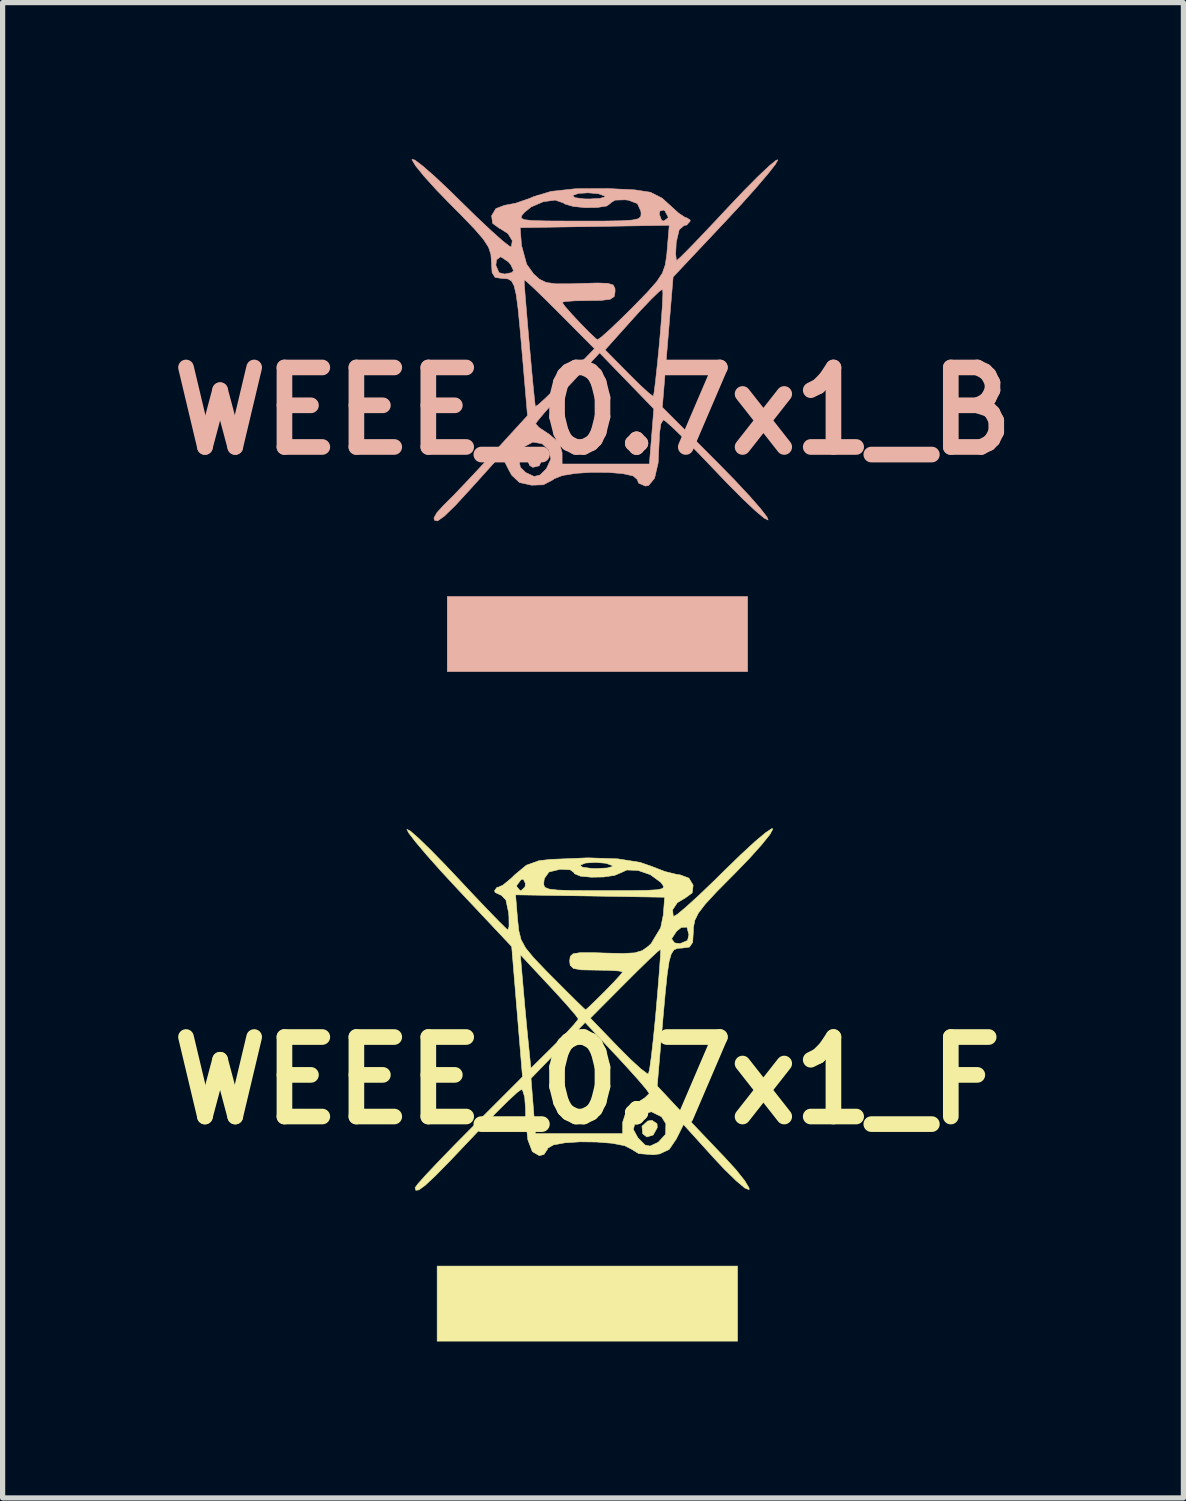
<source format=kicad_pcb>
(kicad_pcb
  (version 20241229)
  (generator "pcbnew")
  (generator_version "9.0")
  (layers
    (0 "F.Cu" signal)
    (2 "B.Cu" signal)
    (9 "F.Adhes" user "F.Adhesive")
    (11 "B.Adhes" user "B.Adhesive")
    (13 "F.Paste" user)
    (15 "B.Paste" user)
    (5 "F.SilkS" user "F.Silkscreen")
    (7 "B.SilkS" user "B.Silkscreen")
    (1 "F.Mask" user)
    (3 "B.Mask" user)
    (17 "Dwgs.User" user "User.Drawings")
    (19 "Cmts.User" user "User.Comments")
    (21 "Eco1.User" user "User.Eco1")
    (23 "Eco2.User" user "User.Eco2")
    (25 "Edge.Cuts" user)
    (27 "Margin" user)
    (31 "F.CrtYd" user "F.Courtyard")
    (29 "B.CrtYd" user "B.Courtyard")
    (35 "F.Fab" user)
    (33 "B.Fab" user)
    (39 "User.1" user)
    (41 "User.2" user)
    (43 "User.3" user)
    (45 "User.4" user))
  (footprint "WEEE_0.7x1_F"
    (layer "F.Cu")
    (at 8.208 17.662)
    (property "Reference" "WEEE_0.7x1_F" (at 0 0 0) (layer "F.SilkS") (effects (font (size 1.524 1.524) (thickness 0.3))))
    (attr through_hole)
    (fp_poly (pts (xy 2.879 4.995) (xy -2.879 4.995) (xy -2.879 3.556) (xy 2.879 3.556) (xy 2.879 4.995)) (stroke (width 0.01) (type solid)) (fill yes) (layer "F.SilkS"))
    (fp_poly (pts (xy 1.336 0.827) (xy 1.34 0.903) (xy 1.261 1.044) (xy 1.141 1.081) (xy 1.061 1.02) (xy 1.047 0.875) (xy 1.158 0.775) (xy 1.239 0.762) (xy 1.336 0.827)) (stroke (width 0.01) (type solid)) (fill yes) (layer "F.SilkS"))
    (fp_poly (pts (xy 3.556 -4.823) (xy 3.499 -4.717) (xy 3.342 -4.522) (xy 3.11 -4.263) (xy 2.825 -3.968) (xy 2.794 -3.937) (xy 2.475 -3.615) (xy 2.26 -3.382) (xy 2.128 -3.21) (xy 2.059 -3.07) (xy 2.034 -2.934) (xy 2.032 -2.859) (xy 2.019 -2.649) (xy 1.957 -2.559) (xy 1.822 -2.54) (xy 1.73 -2.535) (xy 1.661 -2.506) (xy 1.609 -2.429) (xy 1.567 -2.282) (xy 1.531 -2.041) (xy 1.494 -1.683) (xy 1.449 -1.186) (xy 1.436 -1.027) (xy 1.339 0.104) (xy 1.706 0.497) (xy 1.941 0.746) (xy 2.238 1.059) (xy 2.543 1.379) (xy 2.619 1.458) (xy 2.85 1.711) (xy 3.017 1.921) (xy 3.1 2.059) (xy 3.101 2.092) (xy 3.021 2.061) (xy 2.857 1.924) (xy 2.634 1.707) (xy 2.439 1.5) (xy 1.843 0.842) (xy 1.705 1.12) (xy 1.569 1.32) (xy 1.385 1.406) (xy 1.263 1.422) (xy 0.984 1.4) (xy 0.85 1.317) (xy 0.717 1.249) (xy 0.479 1.202) (xy 0.179 1.178) (xy -0.139 1.174) (xy -0.431 1.193) (xy -0.652 1.234) (xy -0.758 1.296) (xy -0.762 1.312) (xy -0.832 1.417) (xy -0.921 1.439) (xy -1.054 1.363) (xy -1.141 1.133) (xy -1.182 0.745) (xy -1.185 0.54) (xy -1.201 0.316) (xy -1.242 0.184) (xy -1.264 0.169) (xy -1.346 0.228) (xy -1.521 0.39) (xy -1.768 0.635) (xy -2.065 0.941) (xy -2.256 1.143) (xy -2.635 1.542) (xy -2.914 1.826) (xy -3.107 2.007) (xy -3.227 2.095) (xy -3.287 2.104) (xy -3.302 2.054) (xy -3.245 1.977) (xy -3.087 1.801) (xy -2.848 1.548) (xy -2.547 1.237) (xy -2.273 0.96) (xy -1.272 -0.042) (xy -1.08 -0.042) (xy -1.038 0.487) (xy -0.996 1.016) (xy 0.677 1.016) (xy 0.677 0.936) (xy 0.881 0.936) (xy 0.966 1.092) (xy 0.98 1.108) (xy 1.107 1.236) (xy 1.203 1.256) (xy 1.354 1.185) (xy 1.36 1.182) (xy 1.5 1.028) (xy 1.505 0.827) (xy 1.422 0.694) (xy 1.228 0.598) (xy 1.032 0.649) (xy 0.928 0.769) (xy 0.881 0.936) (xy 0.677 0.936) (xy 0.677 0.8) (xy 0.744 0.592) (xy 0.931 0.441) (xy 1.101 0.331) (xy 1.183 0.252) (xy 1.185 0.246) (xy 1.131 0.168) (xy 0.984 -0.006) (xy 0.768 -0.246) (xy 0.572 -0.459) (xy -0.042 -1.114) (xy -0.561 -0.578) (xy -1.08 -0.042) (xy -1.272 -0.042) (xy -1.243 -0.072) (xy -1.437 -2.413) (xy -1.284 -2.413) (xy -1.233 -1.82) (xy -1.198 -1.422) (xy -1.159 -1.004) (xy -1.132 -0.732) (xy -1.082 -0.236) (xy -0.626 -0.687) (xy -0.408 -0.908) (xy -0.248 -1.082) (xy -0.175 -1.176) (xy -0.173 -1.182) (xy -0.183 -1.196) (xy 0.057 -1.196) (xy 0.593 -0.641) (xy 0.832 -0.402) (xy 1.026 -0.224) (xy 1.147 -0.133) (xy 1.171 -0.127) (xy 1.194 -0.222) (xy 1.226 -0.454) (xy 1.264 -0.791) (xy 1.305 -1.201) (xy 1.317 -1.333) (xy 1.353 -1.756) (xy 1.382 -2.114) (xy 1.4 -2.374) (xy 1.406 -2.506) (xy 1.404 -2.516) (xy 1.342 -2.468) (xy 1.186 -2.322) (xy 0.96 -2.102) (xy 0.723 -1.866) (xy 0.057 -1.196) (xy -0.183 -1.196) (xy -0.229 -1.26) (xy -0.376 -1.431) (xy -0.588 -1.666) (xy -0.731 -1.82) (xy -1.284 -2.413) (xy -1.437 -2.413) (xy -1.45 -2.569) (xy -2.469 -3.652) (xy -2.798 -4.007) (xy -3.079 -4.323) (xy -3.294 -4.577) (xy -3.426 -4.749) (xy -3.458 -4.815) (xy -3.394 -4.784) (xy -3.236 -4.646) (xy -3.004 -4.421) (xy -2.716 -4.126) (xy -2.498 -3.895) (xy -2.181 -3.557) (xy -1.905 -3.267) (xy -1.69 -3.046) (xy -1.556 -2.914) (xy -1.522 -2.886) (xy -1.501 -2.956) (xy -1.503 -3.139) (xy -1.509 -3.217) (xy -1.561 -3.461) (xy -1.651 -3.555) (xy -1.66 -3.556) (xy -1.669 -3.56) (xy -1.376 -3.56) (xy -1.337 -3.087) (xy -1.313 -2.869) (xy -1.27 -2.7) (xy -1.183 -2.541) (xy -1.031 -2.355) (xy -0.789 -2.102) (xy -0.672 -1.984) (xy -0.414 -1.725) (xy -0.205 -1.518) (xy -0.07 -1.387) (xy -0.033 -1.355) (xy 0.028 -1.409) (xy 0.175 -1.551) (xy 0.329 -1.703) (xy 0.516 -1.896) (xy 0.642 -2.035) (xy 0.677 -2.084) (xy 0.6 -2.101) (xy 0.4 -2.113) (xy 0.169 -2.117) (xy -0.114 -2.122) (xy -0.267 -2.149) (xy -0.329 -2.21) (xy -0.339 -2.293) (xy -0.327 -2.381) (xy -0.271 -2.431) (xy -0.135 -2.452) (xy 0.114 -2.452) (xy 0.34 -2.444) (xy 0.685 -2.436) (xy 0.907 -2.448) (xy 1.053 -2.491) (xy 1.169 -2.574) (xy 1.224 -2.627) (xy 1.278 -2.718) (xy 1.615 -2.718) (xy 1.673 -2.638) (xy 1.778 -2.625) (xy 1.92 -2.685) (xy 1.947 -2.794) (xy 1.909 -2.941) (xy 1.802 -2.936) (xy 1.71 -2.862) (xy 1.615 -2.718) (xy 1.278 -2.718) (xy 1.406 -2.93) (xy 1.456 -3.175) (xy 1.482 -3.514) (xy -1.376 -3.56) (xy -1.669 -3.56) (xy -1.767 -3.605) (xy -1.778 -3.641) (xy -1.729 -3.707) (xy -1.712 -3.704) (xy -1.676 -3.72) (xy -1.355 -3.72) (xy -1.29 -3.643) (xy -1.27 -3.641) (xy -1.196 -3.71) (xy -1.188 -3.756) (xy -0.837 -3.756) (xy -0.814 -3.704) (xy -0.735 -3.671) (xy -0.576 -3.652) (xy -0.311 -3.643) (xy 0.084 -3.641) (xy 0.346 -3.641) (xy 0.818 -3.641) (xy 1.143 -3.646) (xy 1.344 -3.658) (xy 1.443 -3.681) (xy 1.464 -3.718) (xy 1.429 -3.774) (xy 1.401 -3.805) (xy 1.208 -3.946) (xy 0.971 -4.028) (xy 0.756 -4.036) (xy 0.652 -3.988) (xy 0.523 -3.933) (xy 0.31 -3.902) (xy 0.073 -3.898) (xy -0.132 -3.918) (xy -0.246 -3.965) (xy -0.254 -3.985) (xy -0.328 -4.04) (xy -0.51 -4.05) (xy -0.529 -4.048) (xy -0.735 -3.998) (xy -0.822 -3.877) (xy -0.831 -3.831) (xy -0.837 -3.756) (xy -1.188 -3.756) (xy -1.185 -3.773) (xy -1.226 -3.86) (xy -1.27 -3.852) (xy -1.351 -3.744) (xy -1.355 -3.72) (xy -1.676 -3.72) (xy -1.618 -3.746) (xy -1.459 -3.877) (xy -1.387 -3.947) (xy -1.171 -4.126) (xy -1.167 -4.128) (xy -0.14 -4.128) (xy -0.09 -4.089) (xy 0.082 -4.066) (xy 0.178 -4.064) (xy 0.383 -4.075) (xy 0.482 -4.104) (xy 0.48 -4.12) (xy 0.357 -4.165) (xy 0.16 -4.182) (xy -0.033 -4.17) (xy -0.14 -4.128) (xy -0.14 -4.128) (xy -1.167 -4.128) (xy -0.932 -4.213) (xy -0.712 -4.239) (xy 0.012 -4.269) (xy 0.583 -4.25) (xy 1.012 -4.182) (xy 1.228 -4.107) (xy 1.49 -4.006) (xy 1.727 -3.948) (xy 1.778 -3.943) (xy 1.947 -3.88) (xy 2.028 -3.745) (xy 2.01 -3.597) (xy 1.877 -3.5) (xy 1.875 -3.499) (xy 1.724 -3.409) (xy 1.634 -3.272) (xy 1.647 -3.151) (xy 1.652 -3.146) (xy 1.725 -3.186) (xy 1.894 -3.328) (xy 2.14 -3.552) (xy 2.44 -3.839) (xy 2.627 -4.024) (xy 2.944 -4.332) (xy 3.213 -4.58) (xy 3.417 -4.751) (xy 3.535 -4.829) (xy 3.556 -4.823)) (stroke (width 0.01) (type solid)) (fill yes) (layer "F.SilkS")))
  (footprint "WEEE_0.7x1_B"
    (layer "F.Cu")
    (at 8.317 4.828)
    (property "Reference" "WEEE_0.7x1_B" (at 0 0 0) (layer "B.SilkS") (effects (font (size 1.524 1.524) (thickness 0.3))))
    (attr through_hole)
    (fp_poly (pts (xy 2.963 4.995) (xy -2.794 4.995) (xy -2.794 3.556) (xy 2.963 3.556) (xy 2.963 4.995)) (stroke (width 0.01) (type solid)) (fill yes) (layer "B.SilkS"))
    (fp_poly (pts (xy -0.996 0.859) (xy -0.974 0.925) (xy -1.032 1.051) (xy -1.154 1.08) (xy -1.212 1.046) (xy -1.273 0.911) (xy -1.225 0.8) (xy -1.122 0.778) (xy -0.996 0.859)) (stroke (width 0.01) (type solid)) (fill yes) (layer "B.SilkS"))
    (fp_poly (pts (xy -3.416 -4.811) (xy -3.262 -4.694) (xy -3.03 -4.491) (xy -2.739 -4.217) (xy -2.543 -4.024) (xy -2.222 -3.71) (xy -1.942 -3.447) (xy -1.727 -3.256) (xy -1.596 -3.155) (xy -1.567 -3.146) (xy -1.547 -3.264) (xy -1.632 -3.402) (xy -1.781 -3.497) (xy -1.791 -3.499) (xy -1.811 -3.514) (xy -1.397 -3.514) (xy -1.371 -3.175) (xy -1.272 -2.813) (xy -1.139 -2.627) (xy -1.022 -2.523) (xy -0.895 -2.463) (xy -0.713 -2.438) (xy -0.43 -2.438) (xy -0.255 -2.444) (xy 0.082 -2.454) (xy 0.284 -2.447) (xy 0.385 -2.416) (xy 0.42 -2.352) (xy 0.423 -2.293) (xy 0.407 -2.195) (xy 0.33 -2.142) (xy 0.156 -2.12) (xy -0.085 -2.117) (xy -0.353 -2.112) (xy -0.537 -2.098) (xy -0.593 -2.083) (xy -0.539 -2.007) (xy -0.406 -1.855) (xy -0.236 -1.673) (xy -0.069 -1.503) (xy 0.053 -1.389) (xy 0.087 -1.366) (xy 0.161 -1.418) (xy 0.327 -1.566) (xy 0.557 -1.786) (xy 0.757 -1.984) (xy 1.037 -2.271) (xy 1.22 -2.478) (xy 1.329 -2.642) (xy 1.385 -2.803) (xy 1.414 -2.998) (xy 1.421 -3.087) (xy 1.461 -3.56) (xy 0.032 -3.537) (xy -1.397 -3.514) (xy -1.811 -3.514) (xy -1.924 -3.596) (xy -1.938 -3.696) (xy -1.376 -3.696) (xy -1.315 -3.667) (xy -1.161 -3.65) (xy -0.894 -3.643) (xy -0.491 -3.641) (xy -0.261 -3.641) (xy 0.211 -3.641) (xy 0.54 -3.646) (xy 0.75 -3.66) (xy 0.867 -3.685) (xy 0.915 -3.727) (xy 0.92 -3.773) (xy 1.27 -3.773) (xy 1.314 -3.657) (xy 1.355 -3.641) (xy 1.437 -3.701) (xy 1.439 -3.72) (xy 1.378 -3.835) (xy 1.355 -3.852) (xy 1.282 -3.833) (xy 1.27 -3.773) (xy 0.92 -3.773) (xy 0.921 -3.79) (xy 0.916 -3.831) (xy 0.851 -3.975) (xy 0.68 -4.04) (xy 0.614 -4.048) (xy 0.424 -4.042) (xy 0.339 -3.991) (xy 0.339 -3.985) (xy 0.265 -3.93) (xy 0.082 -3.901) (xy -0.152 -3.898) (xy -0.379 -3.921) (xy -0.54 -3.968) (xy -0.567 -3.988) (xy -0.727 -4.043) (xy -0.955 -4.011) (xy -1.187 -3.911) (xy -1.317 -3.805) (xy -1.37 -3.741) (xy -1.376 -3.696) (xy -1.938 -3.696) (xy -1.944 -3.743) (xy -1.863 -3.879) (xy -1.696 -3.943) (xy -1.693 -3.943) (xy -1.483 -3.983) (xy -1.218 -4.074) (xy -1.143 -4.107) (xy -1.074 -4.128) (xy -0.394 -4.128) (xy -0.344 -4.089) (xy -0.172 -4.066) (xy -0.076 -4.064) (xy 0.129 -4.075) (xy 0.228 -4.104) (xy 0.226 -4.12) (xy 0.103 -4.165) (xy -0.094 -4.182) (xy -0.287 -4.17) (xy -0.394 -4.128) (xy -0.394 -4.128) (xy -1.074 -4.128) (xy -0.806 -4.209) (xy -0.333 -4.261) (xy 0.286 -4.264) (xy 0.797 -4.239) (xy 1.101 -4.193) (xy 1.323 -4.081) (xy 1.471 -3.947) (xy 1.643 -3.791) (xy 1.769 -3.708) (xy 1.796 -3.704) (xy 1.86 -3.662) (xy 1.863 -3.641) (xy 1.795 -3.564) (xy 1.745 -3.556) (xy 1.652 -3.475) (xy 1.597 -3.244) (xy 1.594 -3.217) (xy 1.584 -3.008) (xy 1.597 -2.894) (xy 1.606 -2.886) (xy 1.676 -2.948) (xy 1.841 -3.113) (xy 2.079 -3.36) (xy 2.371 -3.669) (xy 2.582 -3.895) (xy 2.896 -4.226) (xy 3.169 -4.501) (xy 3.38 -4.7) (xy 3.51 -4.806) (xy 3.543 -4.815) (xy 3.497 -4.73) (xy 3.352 -4.545) (xy 3.126 -4.28) (xy 2.837 -3.957) (xy 2.554 -3.652) (xy 1.535 -2.569) (xy 1.431 -1.321) (xy 1.328 -0.072) (xy 2.374 0.977) (xy 2.71 1.32) (xy 2.993 1.623) (xy 3.207 1.867) (xy 3.333 2.03) (xy 3.357 2.09) (xy 3.281 2.053) (xy 3.111 1.911) (xy 2.868 1.682) (xy 2.573 1.385) (xy 2.359 1.161) (xy 2.039 0.826) (xy 1.756 0.539) (xy 1.532 0.321) (xy 1.388 0.194) (xy 1.348 0.169) (xy 1.301 0.245) (xy 1.273 0.435) (xy 1.27 0.54) (xy 1.248 0.994) (xy 1.18 1.288) (xy 1.066 1.427) (xy 1.005 1.439) (xy 0.874 1.383) (xy 0.847 1.312) (xy 0.77 1.245) (xy 0.57 1.2) (xy 0.289 1.177) (xy -0.027 1.175) (xy -0.334 1.195) (xy -0.589 1.237) (xy -0.748 1.3) (xy -0.766 1.317) (xy -0.952 1.414) (xy -1.178 1.422) (xy -1.41 1.371) (xy -1.558 1.231) (xy -1.621 1.118) (xy -1.737 0.885) (xy -1.433 0.885) (xy -1.392 1.08) (xy -1.291 1.179) (xy -1.129 1.255) (xy -1.016 1.227) (xy -0.895 1.108) (xy -0.808 0.92) (xy -0.848 0.748) (xy -0.976 0.627) (xy -1.152 0.596) (xy -1.335 0.692) (xy -1.338 0.694) (xy -1.433 0.885) (xy -1.737 0.885) (xy -1.76 0.84) (xy -2.334 1.478) (xy -2.638 1.809) (xy -2.85 2.015) (xy -2.98 2.107) (xy -3.041 2.093) (xy -3.048 2.047) (xy -2.992 1.948) (xy -2.853 1.796) (xy -2.828 1.772) (xy -2.682 1.627) (xy -2.456 1.391) (xy -2.181 1.098) (xy -1.932 0.828) (xy -1.4 0.246) (xy -1.1 0.246) (xy -1.034 0.317) (xy -0.872 0.425) (xy -0.846 0.441) (xy -0.646 0.611) (xy -0.593 0.8) (xy -0.593 1.016) (xy 1.08 1.016) (xy 1.123 0.487) (xy 1.165 -0.042) (xy 0.127 -1.114) (xy -0.487 -0.459) (xy -0.739 -0.185) (xy -0.94 0.042) (xy -1.068 0.196) (xy -1.1 0.246) (xy -1.4 0.246) (xy -1.256 0.089) (xy -1.352 -1.035) (xy -1.399 -1.572) (xy -1.437 -1.963) (xy -1.473 -2.231) (xy -1.513 -2.4) (xy -1.562 -2.492) (xy -1.602 -2.516) (xy -1.32 -2.516) (xy -1.317 -2.433) (xy -1.301 -2.218) (xy -1.275 -1.907) (xy -1.244 -1.537) (xy -1.209 -1.145) (xy -1.175 -0.766) (xy -1.144 -0.438) (xy -1.119 -0.197) (xy -1.106 -0.085) (xy -1.048 -0.122) (xy -0.899 -0.258) (xy -0.684 -0.468) (xy -0.535 -0.618) (xy 0.007 -1.172) (xy 0.231 -1.172) (xy 0.682 -0.715) (xy 0.899 -0.5) (xy 1.066 -0.347) (xy 1.152 -0.282) (xy 1.156 -0.282) (xy 1.173 -0.37) (xy 1.2 -0.593) (xy 1.235 -0.917) (xy 1.273 -1.304) (xy 1.306 -1.696) (xy 1.329 -2.021) (xy 1.339 -2.246) (xy 1.334 -2.335) (xy 1.268 -2.291) (xy 1.116 -2.144) (xy 0.905 -1.922) (xy 0.766 -1.769) (xy 0.231 -1.172) (xy 0.007 -1.172) (xy 0.029 -1.194) (xy -0.637 -1.865) (xy -0.904 -2.131) (xy -1.123 -2.343) (xy -1.27 -2.479) (xy -1.32 -2.516) (xy -1.602 -2.516) (xy -1.627 -2.531) (xy -1.713 -2.54) (xy -1.737 -2.54) (xy -1.876 -2.56) (xy -1.935 -2.654) (xy -1.943 -2.794) (xy -1.863 -2.794) (xy -1.803 -2.652) (xy -1.693 -2.625) (xy -1.556 -2.653) (xy -1.524 -2.692) (xy -1.577 -2.805) (xy -1.626 -2.862) (xy -1.77 -2.957) (xy -1.849 -2.899) (xy -1.863 -2.794) (xy -1.943 -2.794) (xy -1.947 -2.859) (xy -1.958 -3.003) (xy -2.002 -3.138) (xy -2.1 -3.29) (xy -2.272 -3.49) (xy -2.536 -3.764) (xy -2.709 -3.937) (xy -2.998 -4.234) (xy -3.237 -4.498) (xy -3.402 -4.701) (xy -3.471 -4.817) (xy -3.471 -4.823) (xy -3.416 -4.811)) (stroke (width 0.01) (type solid)) (fill yes) (layer "B.SilkS")))
  (gr_rect
    (start -3 -3)
    (end 19.633 25.662)
    (stroke (width 0.1) (type default))
    (fill no)
    (layer "Edge.Cuts")))
</source>
